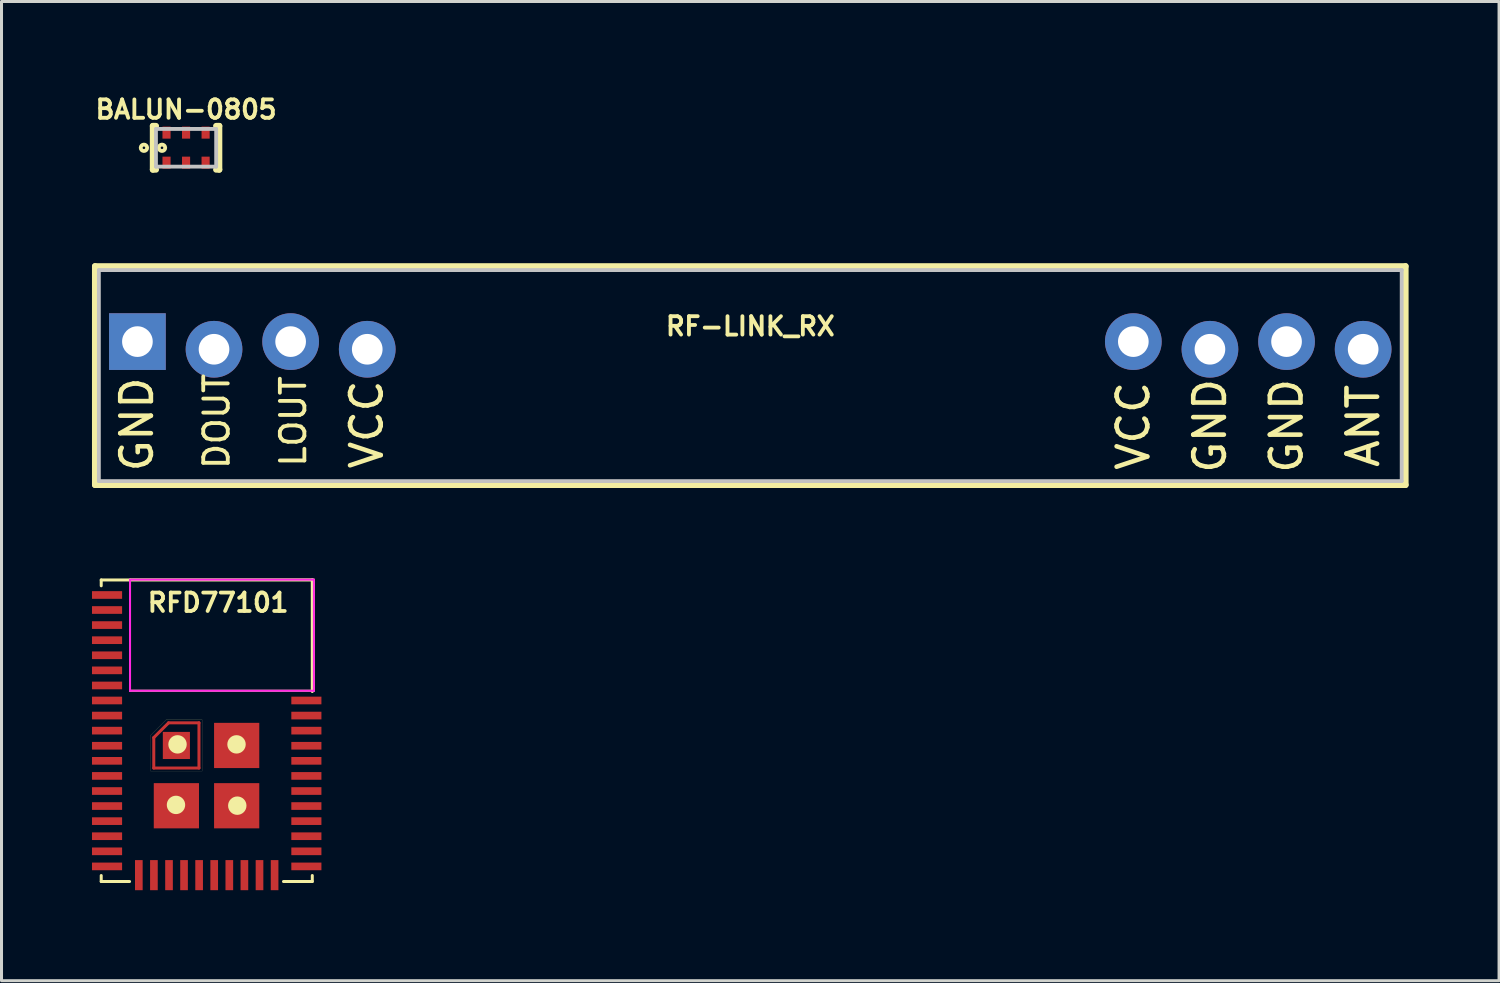
<source format=kicad_pcb>
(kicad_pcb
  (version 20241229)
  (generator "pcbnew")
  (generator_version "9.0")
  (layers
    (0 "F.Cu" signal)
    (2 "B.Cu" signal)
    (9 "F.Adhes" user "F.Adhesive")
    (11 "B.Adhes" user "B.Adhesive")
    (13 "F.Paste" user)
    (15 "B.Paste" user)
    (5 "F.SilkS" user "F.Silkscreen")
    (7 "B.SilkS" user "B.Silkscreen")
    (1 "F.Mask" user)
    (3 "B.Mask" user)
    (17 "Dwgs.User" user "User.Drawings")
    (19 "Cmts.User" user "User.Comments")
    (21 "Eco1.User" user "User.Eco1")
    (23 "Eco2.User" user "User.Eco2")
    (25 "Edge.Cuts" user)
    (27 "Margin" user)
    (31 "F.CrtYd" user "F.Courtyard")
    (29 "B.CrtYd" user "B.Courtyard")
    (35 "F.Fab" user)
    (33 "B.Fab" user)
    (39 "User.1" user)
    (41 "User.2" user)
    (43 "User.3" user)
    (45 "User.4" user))
  (footprint "BALUN-0805"
    (layer "F.Cu")
    (at 3.119 1.85)
    (property "Reference" "BALUN-0805" (at 0 -1.27 0) (layer "F.SilkS") (effects (font (size 0.61 0.61) (thickness 0.127))))
    (attr smd)
    (fp_line (start -1.1 -0.724) (end -1.1 0.724) (stroke (width 0.203) (type solid)) (layer "F.SilkS"))
    (fp_line (start -1.1 0.724) (end -0.998 0.724) (stroke (width 0.203) (type solid)) (layer "F.SilkS"))
    (fp_line (start -0.998 -0.724) (end -1.1 -0.724) (stroke (width 0.203) (type solid)) (layer "F.SilkS"))
    (fp_line (start 0.998 0.724) (end 1.1 0.724) (stroke (width 0.203) (type solid)) (layer "F.SilkS"))
    (fp_line (start 1.1 -0.724) (end 0.998 -0.724) (stroke (width 0.203) (type solid)) (layer "F.SilkS"))
    (fp_line (start 1.1 0.724) (end 1.1 -0.724) (stroke (width 0.203) (type solid)) (layer "F.SilkS"))
    (fp_circle (center -1.397 0) (end -1.397 -0.043) (stroke (width 0.127) (type solid)) (fill no) (layer "F.SilkS"))
    (fp_circle (center -0.798 0) (end -0.798 -0.043) (stroke (width 0.127) (type solid)) (fill no) (layer "F.SilkS"))
    (fp_line (start -0.998 -0.625) (end -0.998 0.625) (stroke (width 0.127) (type solid)) (layer "Dwgs.User"))
    (fp_line (start -0.998 0.625) (end 0.998 0.625) (stroke (width 0.127) (type solid)) (layer "Dwgs.User"))
    (fp_line (start 0.998 -0.625) (end -0.998 -0.625) (stroke (width 0.127) (type solid)) (layer "Dwgs.User"))
    (fp_line (start 0.998 0.625) (end 0.998 -0.625) (stroke (width 0.127) (type solid)) (layer "Dwgs.User"))
    (pad "1" smd rect (at -0.648 0.493) (size 0.269 0.399) (layers "F.Cu" "F.Mask" "F.Paste"))
    (pad "2" smd rect (at 0 0.493) (size 0.269 0.399) (layers "F.Cu" "F.Mask" "F.Paste"))
    (pad "3" smd rect (at 0.648 0.493) (size 0.269 0.399) (layers "F.Cu" "F.Mask" "F.Paste"))
    (pad "4" smd rect (at 0.648 -0.503) (size 0.269 0.399) (layers "F.Cu" "F.Mask" "F.Paste"))
    (pad "5" smd rect (at 0 -0.503) (size 0.269 0.399) (layers "F.Cu" "F.Mask" "F.Paste"))
    (pad "6" smd rect (at -0.648 -0.503) (size 0.269 0.399) (layers "F.Cu" "F.Mask" "F.Paste")))
  (footprint "RF-LINK_RX"
    (layer "F.Cu")
    (at 21.826 8.403)
    (property "Reference" "RF-LINK_RX" (at 0 -0.635 0) (layer "F.SilkS") (effects (font (size 0.61 0.61) (thickness 0.127))))
    (attr exclude_from_pos_files exclude_from_bom)
    (fp_line (start -21.725 -2.626) (end -21.725 4.625) (stroke (width 0.203) (type solid)) (layer "F.SilkS"))
    (fp_line (start -21.725 4.625) (end 21.725 4.625) (stroke (width 0.203) (type solid)) (layer "F.SilkS"))
    (fp_line (start 21.725 -2.626) (end -21.725 -2.626) (stroke (width 0.203) (type solid)) (layer "F.SilkS"))
    (fp_line (start 21.725 4.625) (end 21.725 -2.626) (stroke (width 0.203) (type solid)) (layer "F.SilkS"))
    (fp_line (start -21.598 -2.499) (end -21.598 4.498) (stroke (width 0.127) (type solid)) (layer "Dwgs.User"))
    (fp_line (start -21.598 4.498) (end 21.598 4.498) (stroke (width 0.127) (type solid)) (layer "Dwgs.User"))
    (fp_line (start 21.598 -2.499) (end -21.598 -2.499) (stroke (width 0.127) (type solid)) (layer "Dwgs.User"))
    (fp_line (start 21.598 4.498) (end 21.598 -2.499) (stroke (width 0.127) (type solid)) (layer "Dwgs.User"))
    (fp_text user "GND" (at -20.336 2.619 90) (layer "F.SilkS") (effects (font (size 1.016 1.016) (thickness 0.152))))
    (fp_text user "LOUT" (at -15.154 2.517 90) (layer "F.SilkS") (effects (font (size 0.813 0.813) (thickness 0.127))))
    (fp_text user "DOUT" (at -17.694 2.517 90) (layer "F.SilkS") (effects (font (size 0.813 0.813) (thickness 0.127))))
    (fp_text user "ANT" (at 20.32 2.667 90) (layer "F.SilkS") (effects (font (size 1.016 1.016) (thickness 0.152))))
    (fp_text user "GND" (at 17.78 2.667 90) (layer "F.SilkS") (effects (font (size 1.016 1.016) (thickness 0.152))))
    (fp_text user "VCC" (at -12.716 2.619 90) (layer "F.SilkS") (effects (font (size 1.016 1.016) (thickness 0.152))))
    (fp_text user "VCC" (at 12.7 2.667 90) (layer "F.SilkS") (effects (font (size 1.016 1.016) (thickness 0.152))))
    (fp_text user "GND" (at 15.24 2.667 90) (layer "F.SilkS") (effects (font (size 1.016 1.016) (thickness 0.152))))
    (pad "+5V@" thru_hole circle (at -12.7 0.127) (size 1.88 1.88) (drill 1.016) (layers "*.Cu" "*.Mask"))
    (pad "+5V@" thru_hole circle (at 12.7 -0.127) (size 1.88 1.88) (drill 1.016) (layers "*.Cu" "*.Mask"))
    (pad "ANT" thru_hole circle (at 20.32 0.127) (size 1.88 1.88) (drill 1.016) (layers "*.Cu" "*.Mask"))
    (pad "DATA" thru_hole circle (at -17.78 0.127) (size 1.88 1.88) (drill 1.016) (layers "*.Cu" "*.Mask"))
    (pad "DATA" thru_hole circle (at -15.24 -0.127) (size 1.88 1.88) (drill 1.016) (layers "*.Cu" "*.Mask"))
    (pad "GND@" thru_hole rect (at -20.32 -0.127) (size 1.88 1.88) (drill 1.016) (layers "*.Cu" "*.Mask"))
    (pad "GND@" thru_hole circle (at 15.24 0.127) (size 1.88 1.88) (drill 1.016) (layers "*.Cu" "*.Mask"))
    (pad "GND@" thru_hole circle (at 17.78 -0.127) (size 1.88 1.88) (drill 1.016) (layers "*.Cu" "*.Mask")))
  (footprint "RFD77101"
    (layer "F.Cu")
    (at 0.499 16.677)
    (property "Reference" "RFD77101" (at 3.683 0.254 0) (layer "F.SilkS") (effects (font (size 0.61 0.61) (thickness 0.127))))
    (attr smd)
    (fp_line (start 1.549 4.729) (end 2.04 4.239) (stroke (width 0.1) (type solid)) (layer "F.Cu"))
    (fp_line (start 1.549 5.738) (end 1.549 4.729) (stroke (width 0.1) (type solid)) (layer "F.Cu"))
    (fp_line (start 2.04 4.239) (end 3.048 4.239) (stroke (width 0.1) (type solid)) (layer "F.Cu"))
    (fp_line (start 3.048 4.239) (end 3.048 5.738) (stroke (width 0.1) (type solid)) (layer "F.Cu"))
    (fp_line (start 3.048 5.738) (end 1.549 5.738) (stroke (width 0.1) (type solid)) (layer "F.Cu"))
    (fp_line (start -0.193 -0.498) (end 6.805 -0.498) (stroke (width 0.099) (type solid)) (layer "F.SilkS"))
    (fp_line (start -0.193 -0.305) (end -0.193 -0.498) (stroke (width 0.099) (type solid)) (layer "F.SilkS"))
    (fp_line (start -0.193 9.5) (end -0.193 9.301) (stroke (width 0.099) (type solid)) (layer "F.SilkS"))
    (fp_line (start -0.193 9.5) (end 0.747 9.5) (stroke (width 0.099) (type solid)) (layer "F.SilkS"))
    (fp_line (start 0.762 -0.508) (end 6.858 -0.508) (stroke (width 0.066) (type solid)) (layer "F.SilkS"))
    (fp_line (start 0.762 3.175) (end 0.762 -0.508) (stroke (width 0.066) (type solid)) (layer "F.SilkS"))
    (fp_line (start 0.762 3.175) (end 6.858 3.175) (stroke (width 0.066) (type solid)) (layer "F.SilkS"))
    (fp_line (start 1.448 4.648) (end 1.448 5.839) (stroke (width 0.003) (type solid)) (layer "F.SilkS"))
    (fp_line (start 1.448 5.839) (end 3.15 5.839) (stroke (width 0.003) (type solid)) (layer "F.SilkS"))
    (fp_line (start 1.958 4.138) (end 1.448 4.648) (stroke (width 0.003) (type solid)) (layer "F.SilkS"))
    (fp_line (start 3.15 4.138) (end 1.958 4.138) (stroke (width 0.003) (type solid)) (layer "F.SilkS"))
    (fp_line (start 3.15 5.839) (end 3.15 4.138) (stroke (width 0.003) (type solid)) (layer "F.SilkS"))
    (fp_line (start 5.85 9.5) (end 6.805 9.5) (stroke (width 0.099) (type solid)) (layer "F.SilkS"))
    (fp_line (start 6.805 -0.498) (end 6.805 3.2) (stroke (width 0.099) (type solid)) (layer "F.SilkS"))
    (fp_line (start 6.805 9.5) (end 6.805 9.301) (stroke (width 0.099) (type solid)) (layer "F.SilkS"))
    (fp_line (start 6.858 3.175) (end 6.858 -0.508) (stroke (width 0.066) (type solid)) (layer "F.SilkS"))
    (fp_circle (center 2.286 6.96) (end 2.286 6.655) (stroke (width 0) (type solid)) (fill yes) (layer "F.SilkS"))
    (fp_circle (center 2.337 4.953) (end 2.337 4.648) (stroke (width 0) (type solid)) (fill yes) (layer "F.SilkS"))
    (fp_circle (center 4.293 4.953) (end 4.293 4.648) (stroke (width 0) (type solid)) (fill yes) (layer "F.SilkS"))
    (fp_circle (center 4.318 6.985) (end 4.318 6.68) (stroke (width 0) (type solid)) (fill yes) (layer "F.SilkS"))
    (fp_line (start 0.762 -0.508) (end 6.858 -0.508) (stroke (width 0.066) (type solid)) (layer "F.CrtYd"))
    (fp_line (start 0.762 3.175) (end 0.762 -0.508) (stroke (width 0.066) (type solid)) (layer "F.CrtYd"))
    (fp_line (start 0.762 3.175) (end 6.858 3.175) (stroke (width 0.066) (type solid)) (layer "F.CrtYd"))
    (fp_line (start 6.858 3.175) (end 6.858 -0.508) (stroke (width 0.066) (type solid)) (layer "F.CrtYd"))
    (pad "1" smd rect (at 0 0) (size 0.998 0.254) (layers "F.Cu" "F.Mask" "F.Paste"))
    (pad "2" smd rect (at 0 0.498) (size 0.998 0.254) (layers "F.Cu" "F.Mask" "F.Paste"))
    (pad "3" smd rect (at 0 0.998) (size 0.998 0.254) (layers "F.Cu" "F.Mask" "F.Paste"))
    (pad "4" smd rect (at 0 1.499) (size 0.998 0.254) (layers "F.Cu" "F.Mask" "F.Paste"))
    (pad "5" smd rect (at 0 1.999) (size 0.998 0.254) (layers "F.Cu" "F.Mask" "F.Paste"))
    (pad "6" smd rect (at 0 2.499) (size 0.998 0.254) (layers "F.Cu" "F.Mask" "F.Paste"))
    (pad "7" smd rect (at 0 3) (size 0.998 0.254) (layers "F.Cu" "F.Mask" "F.Paste"))
    (pad "8" smd rect (at 0 3.498) (size 0.998 0.254) (layers "F.Cu" "F.Mask" "F.Paste"))
    (pad "9" smd rect (at 0 3.998) (size 0.998 0.254) (layers "F.Cu" "F.Mask" "F.Paste"))
    (pad "10" smd rect (at 0 4.498) (size 0.998 0.254) (layers "F.Cu" "F.Mask" "F.Paste"))
    (pad "11" smd rect (at 0 4.999) (size 0.998 0.254) (layers "F.Cu" "F.Mask" "F.Paste"))
    (pad "12" smd rect (at 0 5.499) (size 0.998 0.254) (layers "F.Cu" "F.Mask" "F.Paste"))
    (pad "13" smd rect (at 0 5.999) (size 0.998 0.254) (layers "F.Cu" "F.Mask" "F.Paste"))
    (pad "14" smd rect (at 0 6.5) (size 0.998 0.254) (layers "F.Cu" "F.Mask" "F.Paste"))
    (pad "15" smd rect (at 0 6.998) (size 0.998 0.254) (layers "F.Cu" "F.Mask" "F.Paste"))
    (pad "16" smd rect (at 0 7.498) (size 0.998 0.254) (layers "F.Cu" "F.Mask" "F.Paste"))
    (pad "17" smd rect (at 0 7.998) (size 0.998 0.254) (layers "F.Cu" "F.Mask" "F.Paste"))
    (pad "18" smd rect (at 0 8.499) (size 0.998 0.254) (layers "F.Cu" "F.Mask" "F.Paste"))
    (pad "19" smd rect (at 0 8.999) (size 0.998 0.254) (layers "F.Cu" "F.Mask" "F.Paste"))
    (pad "20" smd rect (at 1.054 9.289 90) (size 0.998 0.254) (layers "F.Cu" "F.Mask" "F.Paste"))
    (pad "21" smd rect (at 1.554 9.289 90) (size 0.998 0.254) (layers "F.Cu" "F.Mask" "F.Paste"))
    (pad "22" smd rect (at 2.055 9.289 90) (size 0.998 0.254) (layers "F.Cu" "F.Mask" "F.Paste"))
    (pad "23" smd rect (at 2.553 9.289 90) (size 0.998 0.254) (layers "F.Cu" "F.Mask" "F.Paste"))
    (pad "24" smd rect (at 3.053 9.289 90) (size 0.998 0.254) (layers "F.Cu" "F.Mask" "F.Paste"))
    (pad "25" smd rect (at 3.553 9.289 90) (size 0.998 0.254) (layers "F.Cu" "F.Mask" "F.Paste"))
    (pad "26" smd rect (at 4.054 9.289 90) (size 0.998 0.254) (layers "F.Cu" "F.Mask" "F.Paste"))
    (pad "27" smd rect (at 4.554 9.289 90) (size 0.998 0.254) (layers "F.Cu" "F.Mask" "F.Paste"))
    (pad "28" smd rect (at 5.055 9.289 90) (size 0.998 0.254) (layers "F.Cu" "F.Mask" "F.Paste"))
    (pad "29" smd rect (at 5.555 9.289 90) (size 0.998 0.254) (layers "F.Cu" "F.Mask" "F.Paste"))
    (pad "30" smd rect (at 6.609 8.999) (size 0.998 0.254) (layers "F.Cu" "F.Mask" "F.Paste"))
    (pad "31" smd rect (at 6.609 8.499) (size 0.998 0.254) (layers "F.Cu" "F.Mask" "F.Paste"))
    (pad "32" smd rect (at 6.609 7.998) (size 0.998 0.254) (layers "F.Cu" "F.Mask" "F.Paste"))
    (pad "33" smd rect (at 6.609 7.498) (size 0.998 0.254) (layers "F.Cu" "F.Mask" "F.Paste"))
    (pad "34" smd rect (at 6.609 6.998) (size 0.998 0.254) (layers "F.Cu" "F.Mask" "F.Paste"))
    (pad "35" smd rect (at 6.609 6.5) (size 0.998 0.254) (layers "F.Cu" "F.Mask" "F.Paste"))
    (pad "36" smd rect (at 6.609 5.999) (size 0.998 0.254) (layers "F.Cu" "F.Mask" "F.Paste"))
    (pad "37" smd rect (at 6.609 5.499) (size 0.998 0.254) (layers "F.Cu" "F.Mask" "F.Paste"))
    (pad "38" smd rect (at 6.609 4.999) (size 0.998 0.254) (layers "F.Cu" "F.Mask" "F.Paste"))
    (pad "39" smd rect (at 6.609 4.498) (size 0.998 0.254) (layers "F.Cu" "F.Mask" "F.Paste"))
    (pad "40" smd rect (at 6.609 3.998) (size 0.998 0.254) (layers "F.Cu" "F.Mask" "F.Paste"))
    (pad "41" smd rect (at 6.609 3.498) (size 0.998 0.254) (layers "F.Cu" "F.Mask" "F.Paste"))
    (pad "42" smd rect (at 2.299 4.989) (size 0.899 0.899) (layers "F.Cu" "F.Mask" "F.Paste"))
    (pad "43" smd rect (at 2.299 6.988) (size 1.499 1.499) (layers "F.Cu" "F.Mask" "F.Paste"))
    (pad "44" smd rect (at 4.298 6.988) (size 1.499 1.499) (layers "F.Cu" "F.Mask" "F.Paste"))
    (pad "45" smd rect (at 4.298 4.989) (size 1.499 1.499) (layers "F.Cu" "F.Mask" "F.Paste")))
  (gr_rect
    (start -3 -3)
    (end 46.652 29.465)
    (stroke (width 0.1) (type default))
    (fill no)
    (layer "Edge.Cuts")))
</source>
